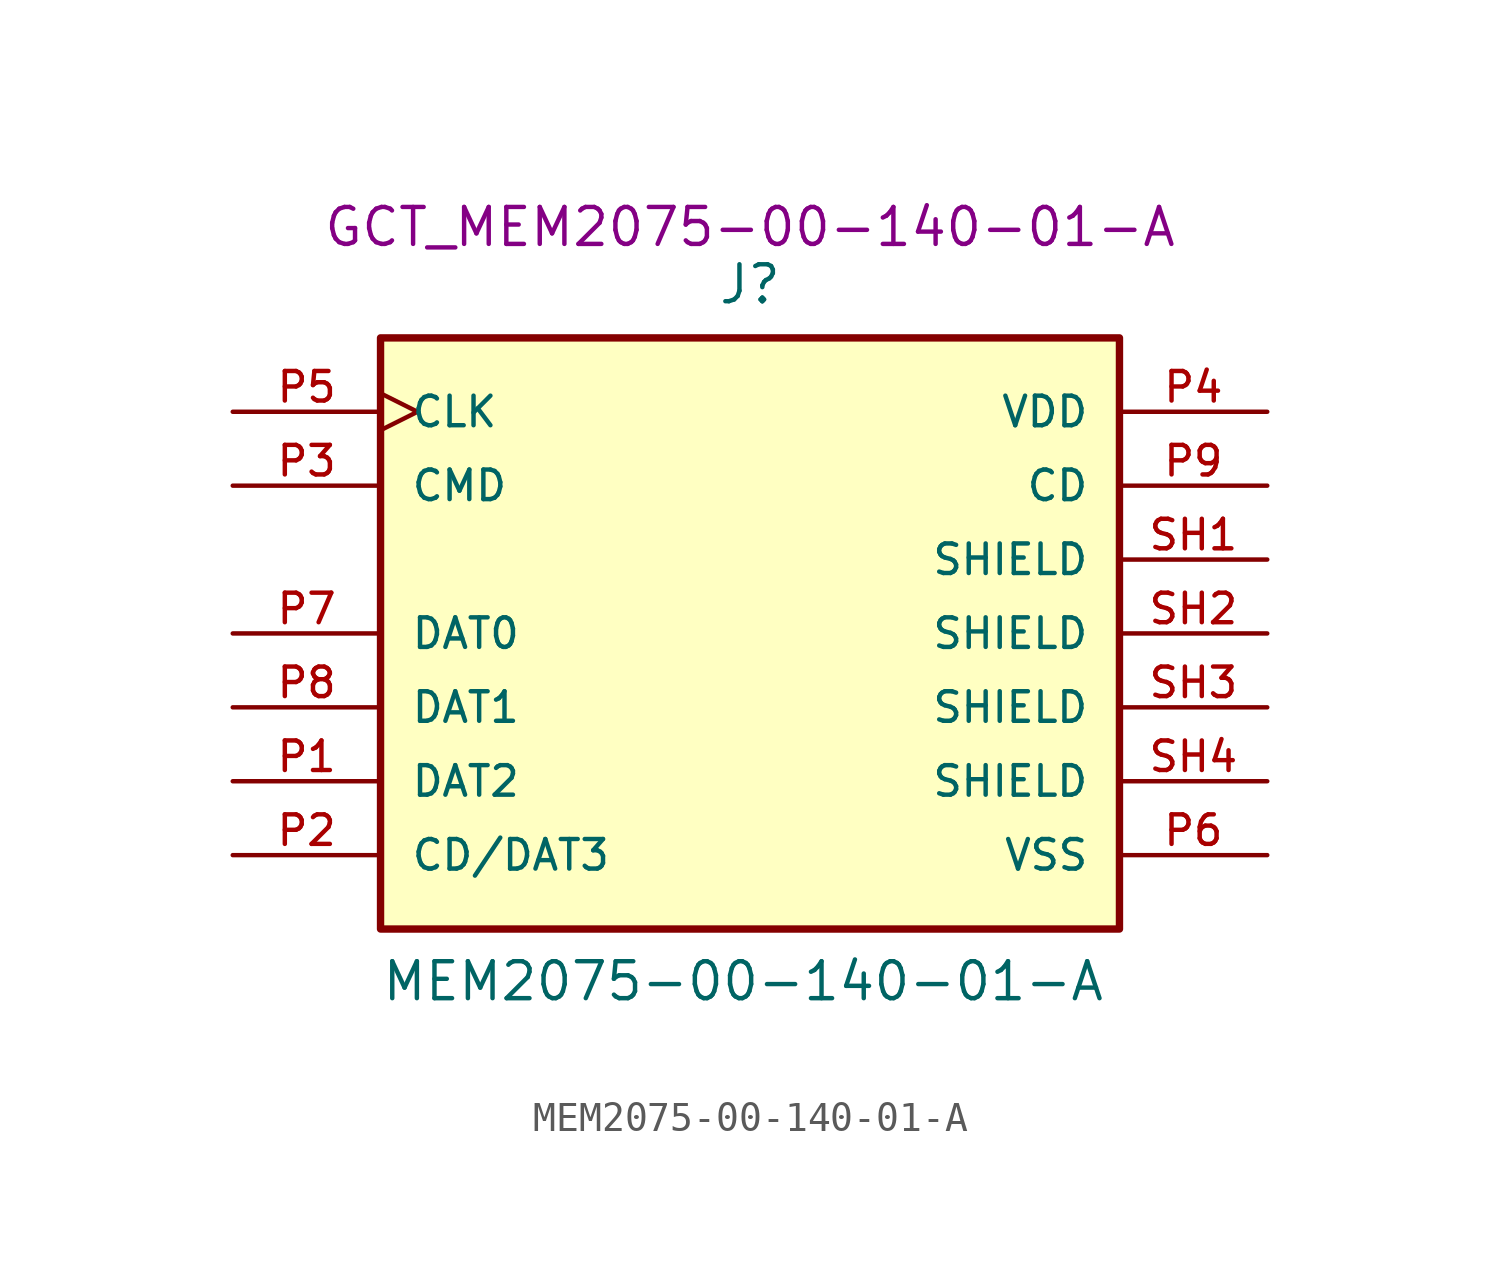
<source format=kicad_sym>
(kicad_symbol_lib
  (version 20211014)
  (generator kicad_symbol_editor)
  (symbol "MEM2075-00-140-01-A"
    (pin_names
      (offset 1.016))
    (property "Reference" "J"
      (at 0 12 0)
      (effects (font (size 1.27 1.27))))
    (property "Value" "MEM2075-00-140-01-A"
      (at -12.7 -12.7 0)
      (effects (font (size 1.27 1.27)) (justify left bottom)))
    (property "Footprint" "GCT_MEM2075-00-140-01-A"
      (at 0 13.97 0)
      (effects (font (size 1.27 1.27))))
    (property "ki_locked" ""
      (at 0 0 0)
      (effects (font (size 1.27 1.27))))
    (symbol "MEM2075-00-140-01-A_0_0"
      (rectangle (start -12.7 -10.16) (end 12.7 10.16) (stroke (width 0.254) (type default) (color 0 0 0 0)) (fill (type background)))
      (pin bidirectional line (at -17.78 -5.08 0) (length 5.08) (name "DAT2" (effects (font (size 1.016 1.016)))) (number "P1" (effects (font (size 1.016 1.016)))))
      (pin bidirectional line (at -17.78 -7.62 0) (length 5.08) (name "CD/DAT3" (effects (font (size 1.016 1.016)))) (number "P2" (effects (font (size 1.016 1.016)))))
      (pin bidirectional line (at -17.78 5.08 0) (length 5.08) (name "CMD" (effects (font (size 1.016 1.016)))) (number "P3" (effects (font (size 1.016 1.016)))))
      (pin power_in line (at 17.78 7.62 180) (length 5.08) (name "VDD" (effects (font (size 1.016 1.016)))) (number "P4" (effects (font (size 1.016 1.016)))))
      (pin bidirectional clock (at -17.78 7.62 0) (length 5.08) (name "CLK" (effects (font (size 1.016 1.016)))) (number "P5" (effects (font (size 1.016 1.016)))))
      (pin power_in line (at 17.78 -7.62 180) (length 5.08) (name "VSS" (effects (font (size 1.016 1.016)))) (number "P6" (effects (font (size 1.016 1.016)))))
      (pin bidirectional line (at -17.78 0 0) (length 5.08) (name "DAT0" (effects (font (size 1.016 1.016)))) (number "P7" (effects (font (size 1.016 1.016)))))
      (pin bidirectional line (at -17.78 -2.54 0) (length 5.08) (name "DAT1" (effects (font (size 1.016 1.016)))) (number "P8" (effects (font (size 1.016 1.016)))))
      (pin passive line (at 17.78 5.08 180) (length 5.08) (name "CD" (effects (font (size 1.016 1.016)))) (number "P9" (effects (font (size 1.016 1.016)))))
      (pin power_in line (at 17.78 2.54 180) (length 5.08) (name "SHIELD" (effects (font (size 1.016 1.016)))) (number "SH1" (effects (font (size 1.016 1.016)))))
      (pin power_in line (at 17.78 0 180) (length 5.08) (name "SHIELD" (effects (font (size 1.016 1.016)))) (number "SH2" (effects (font (size 1.016 1.016)))))
      (pin power_in line (at 17.78 -2.54 180) (length 5.08) (name "SHIELD" (effects (font (size 1.016 1.016)))) (number "SH3" (effects (font (size 1.016 1.016)))))
      (pin power_in line (at 17.78 -5.08 180) (length 5.08) (name "SHIELD" (effects (font (size 1.016 1.016)))) (number "SH4" (effects (font (size 1.016 1.016))))))))
</source>
